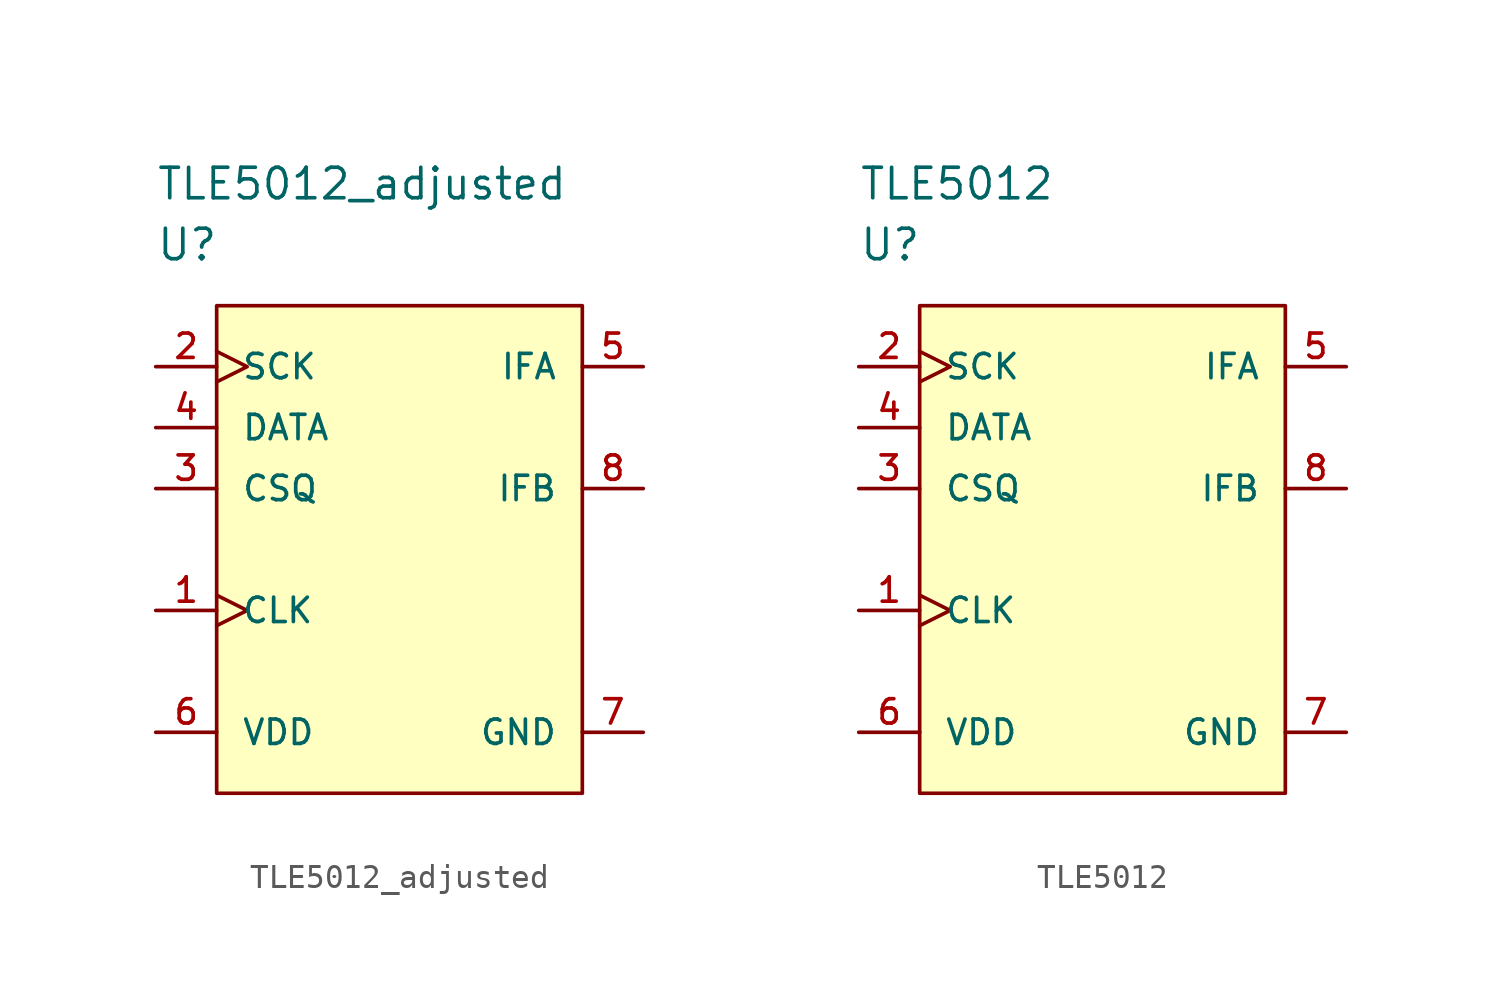
<source format=kicad_sym>
(kicad_symbol_lib
  (version 20200827)
  (generator kicad_symbol_editor)
  (symbol "eec:TLE5012_adjusted"
    (pin_names
      (offset 1.016))
    (property "Reference" "U"
      (at 0 5.08 0)
      (effects (font (size 1.27 1.27)) (justify left)))
    (property "Value" "TLE5012_adjusted"
      (at 0 7.62 0)
      (effects (font (size 1.27 1.27)) (justify left)))
    (property "ki_locked" ""
      (at 0 0 0)
      (effects (font (size 1.27 1.27))))
    (symbol "TLE5012_adjusted_1_1"
      (rectangle (start 2.54 2.54) (end 17.78 -17.78) (stroke (width 0)) (fill (type background)))
      (pin input clock (at 0 -10.16 0) (length 2.54) (name "CLK" (effects (font (size 1.016 1.016)))) (number "1" (effects (font (size 1.016 1.016)))))
      (pin input clock (at 0 0 0) (length 2.54) (name "SCK" (effects (font (size 1.016 1.016)))) (number "2" (effects (font (size 1.016 1.016)))))
      (pin input line (at 0 -5.08 0) (length 2.54) (name "CSQ" (effects (font (size 1.016 1.016)))) (number "3" (effects (font (size 1.016 1.016)))))
      (pin bidirectional line (at 0 -2.54 0) (length 2.54) (name "DATA" (effects (font (size 1.016 1.016)))) (number "4" (effects (font (size 1.016 1.016)))))
      (pin open_collector line (at 20.32 0 180) (length 2.54) (name "IFA" (effects (font (size 1.016 1.016)))) (number "5" (effects (font (size 1.016 1.016)))))
      (pin power_in line (at 0 -15.24 0) (length 2.54) (name "VDD" (effects (font (size 1.016 1.016)))) (number "6" (effects (font (size 1.016 1.016)))))
      (pin power_in line (at 20.32 -15.24 180) (length 2.54) (name "GND" (effects (font (size 1.016 1.016)))) (number "7" (effects (font (size 1.016 1.016)))))
      (pin open_collector line (at 20.32 -5.08 180) (length 2.54) (name "IFB" (effects (font (size 1.016 1.016)))) (number "8" (effects (font (size 1.016 1.016)))))))
  (symbol "eec:TLE5012"
    (pin_names
      (offset 1.016))
    (property "Reference" "U"
      (at 0 5.08 0)
      (effects (font (size 1.27 1.27)) (justify left)))
    (property "Value" "TLE5012"
      (at 0 7.62 0)
      (effects (font (size 1.27 1.27)) (justify left)))
    (property "ki_locked" ""
      (at 0 0 0)
      (effects (font (size 1.27 1.27))))
    (symbol "TLE5012_1_1"
      (rectangle (start 2.54 2.54) (end 17.78 -17.78) (stroke (width 0)) (fill (type background)))
      (pin input clock (at 0 -10.16 0) (length 2.54) (name "CLK" (effects (font (size 1.016 1.016)))) (number "1" (effects (font (size 1.016 1.016)))))
      (pin input clock (at 0 0 0) (length 2.54) (name "SCK" (effects (font (size 1.016 1.016)))) (number "2" (effects (font (size 1.016 1.016)))))
      (pin input line (at 0 -5.08 0) (length 2.54) (name "CSQ" (effects (font (size 1.016 1.016)))) (number "3" (effects (font (size 1.016 1.016)))))
      (pin bidirectional line (at 0 -2.54 0) (length 2.54) (name "DATA" (effects (font (size 1.016 1.016)))) (number "4" (effects (font (size 1.016 1.016)))))
      (pin open_collector line (at 20.32 0 180) (length 2.54) (name "IFA" (effects (font (size 1.016 1.016)))) (number "5" (effects (font (size 1.016 1.016)))))
      (pin power_in line (at 0 -15.24 0) (length 2.54) (name "VDD" (effects (font (size 1.016 1.016)))) (number "6" (effects (font (size 1.016 1.016)))))
      (pin power_in line (at 20.32 -15.24 180) (length 2.54) (name "GND" (effects (font (size 1.016 1.016)))) (number "7" (effects (font (size 1.016 1.016)))))
      (pin open_collector line (at 20.32 -5.08 180) (length 2.54) (name "IFB" (effects (font (size 1.016 1.016)))) (number "8" (effects (font (size 1.016 1.016))))))))
</source>
